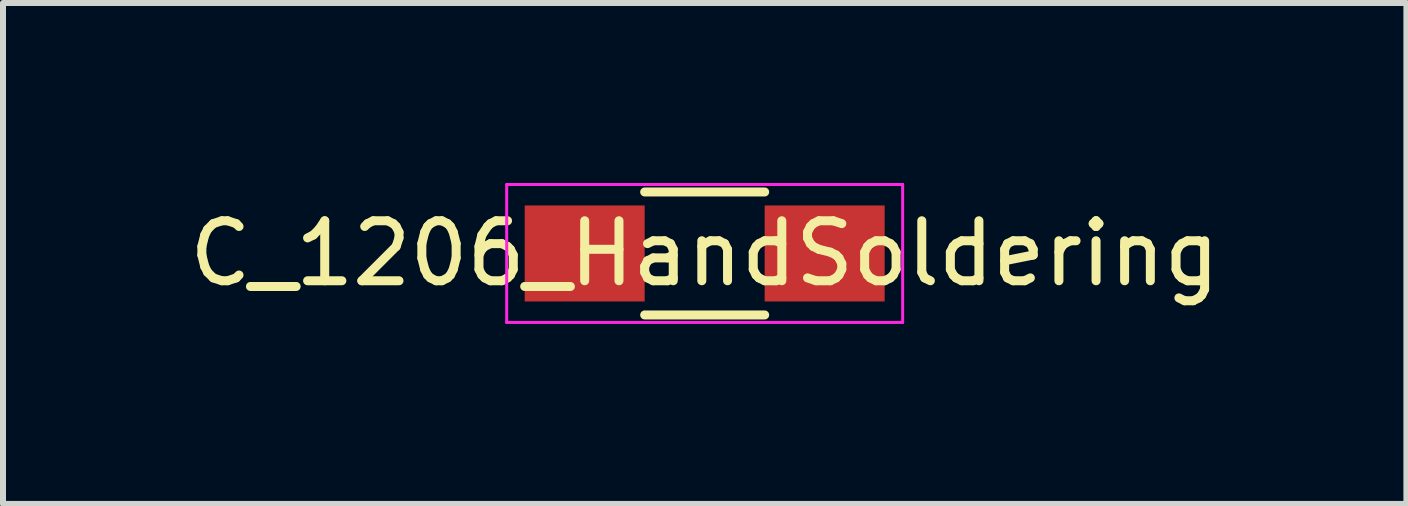
<source format=kicad_pcb>
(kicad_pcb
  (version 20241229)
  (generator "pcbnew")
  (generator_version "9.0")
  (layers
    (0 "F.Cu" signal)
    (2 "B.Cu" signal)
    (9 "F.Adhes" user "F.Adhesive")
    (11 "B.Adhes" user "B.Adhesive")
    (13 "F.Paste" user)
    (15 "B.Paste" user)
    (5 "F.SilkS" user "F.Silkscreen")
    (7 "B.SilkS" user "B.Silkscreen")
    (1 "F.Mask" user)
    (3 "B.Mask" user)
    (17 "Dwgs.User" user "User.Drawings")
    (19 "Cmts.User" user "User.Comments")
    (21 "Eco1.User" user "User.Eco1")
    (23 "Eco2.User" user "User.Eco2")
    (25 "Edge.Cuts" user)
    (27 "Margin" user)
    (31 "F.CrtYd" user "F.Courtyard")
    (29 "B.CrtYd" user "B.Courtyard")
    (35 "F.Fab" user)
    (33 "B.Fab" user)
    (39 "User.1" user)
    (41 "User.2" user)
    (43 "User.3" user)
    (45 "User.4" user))
  (footprint "C_1206_HandSoldering"
    (layer "F.Cu")
    (at 8.696 1.175)
    (property "Reference" "C_1206_HandSoldering" (at 0 0 0) (layer "F.SilkS") (effects (font (size 1 1) (thickness 0.15))))
    (attr smd)
    (fp_line (start -1 1.025) (end 1 1.025) (stroke (width 0.15) (type solid)) (layer "F.SilkS"))
    (fp_line (start 1 -1.025) (end -1 -1.025) (stroke (width 0.15) (type solid)) (layer "F.SilkS"))
    (fp_line (start -3.3 -1.15) (end -3.3 1.15) (stroke (width 0.05) (type solid)) (layer "F.CrtYd"))
    (fp_line (start -3.3 -1.15) (end 3.3 -1.15) (stroke (width 0.05) (type solid)) (layer "F.CrtYd"))
    (fp_line (start -3.3 1.15) (end 3.3 1.15) (stroke (width 0.05) (type solid)) (layer "F.CrtYd"))
    (fp_line (start 3.3 -1.15) (end 3.3 1.15) (stroke (width 0.05) (type solid)) (layer "F.CrtYd"))
    (pad "1" smd rect (at -2 0) (size 2 1.6) (layers "F.Cu" "F.Mask" "F.Paste"))
    (pad "2" smd rect (at 2 0) (size 2 1.6) (layers "F.Cu" "F.Mask" "F.Paste")))
  (gr_rect
    (start -3 -3)
    (end 20.393 5.35)
    (stroke (width 0.1) (type default))
    (fill no)
    (layer "Edge.Cuts")))
</source>
